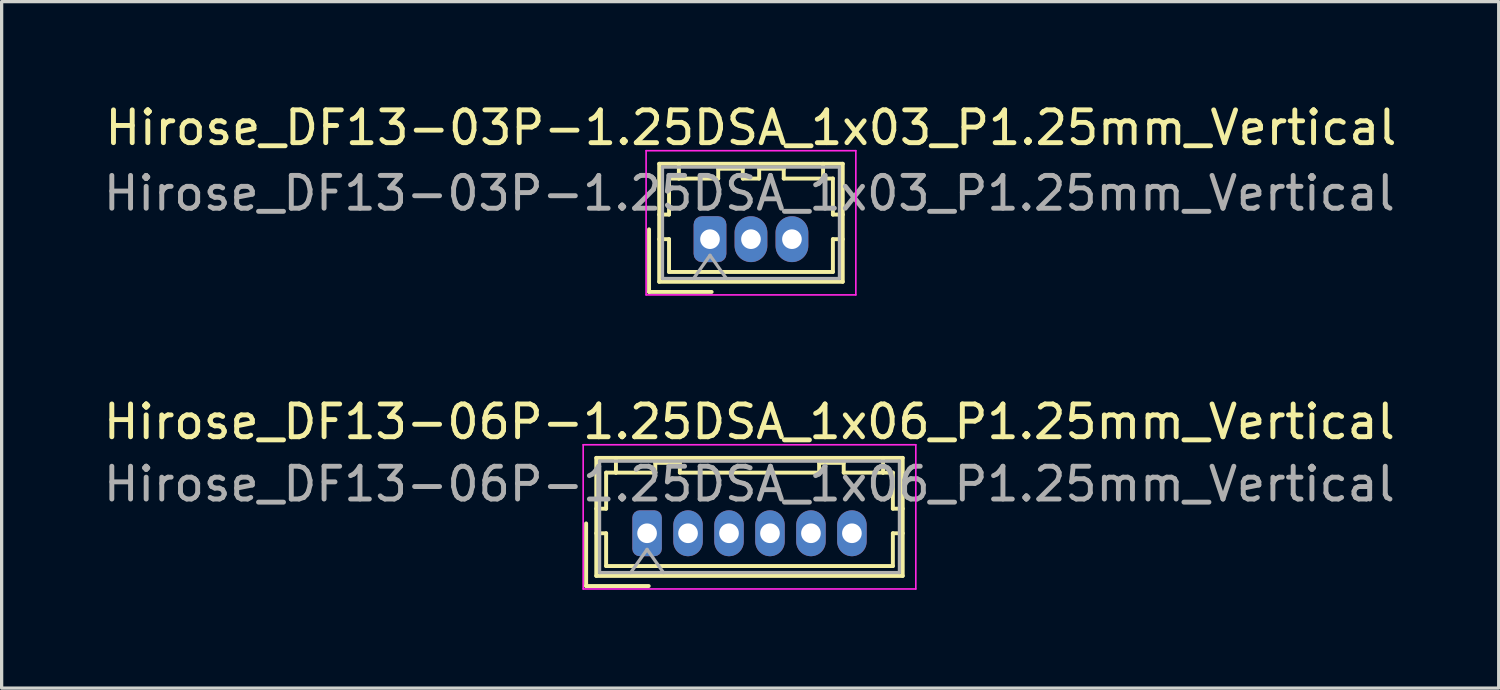
<source format=kicad_pcb>
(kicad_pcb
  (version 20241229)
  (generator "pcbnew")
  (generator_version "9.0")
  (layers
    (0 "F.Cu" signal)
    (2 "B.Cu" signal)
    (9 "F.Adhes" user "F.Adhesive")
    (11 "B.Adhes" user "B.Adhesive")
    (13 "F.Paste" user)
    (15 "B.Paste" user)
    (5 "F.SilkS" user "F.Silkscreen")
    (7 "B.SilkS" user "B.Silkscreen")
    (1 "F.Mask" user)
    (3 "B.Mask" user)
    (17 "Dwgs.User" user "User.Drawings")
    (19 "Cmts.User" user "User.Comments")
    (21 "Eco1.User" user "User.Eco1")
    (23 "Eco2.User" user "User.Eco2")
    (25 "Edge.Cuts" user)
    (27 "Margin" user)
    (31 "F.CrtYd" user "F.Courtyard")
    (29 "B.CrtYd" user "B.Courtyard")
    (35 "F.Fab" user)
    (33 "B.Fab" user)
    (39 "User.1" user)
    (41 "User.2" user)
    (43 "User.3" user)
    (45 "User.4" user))
  (footprint "Hirose_DF13-06P-1.25DSA_1x06_P1.25mm_Vertical"
    (layer "F.Cu")
    (at 16.695 13.222)
    (property "Reference" "Hirose_DF13-06P-1.25DSA_1x06_P1.25mm_Vertical" (at 3.12 -3.4 0) (layer "F.SilkS") (effects (font (size 1 1) (thickness 0.15))))
    (attr through_hole)
    (fp_line (start -1.86 -0.3) (end -1.86 1.61) (stroke (width 0.12) (type solid)) (layer "F.SilkS"))
    (fp_line (start -1.86 1.61) (end 0.05 1.61) (stroke (width 0.12) (type solid)) (layer "F.SilkS"))
    (fp_line (start -1.55 -2.3) (end -1.55 1.3) (stroke (width 0.12) (type solid)) (layer "F.SilkS"))
    (fp_line (start -1.55 -0.75) (end -1.25 -0.75) (stroke (width 0.12) (type solid)) (layer "F.SilkS"))
    (fp_line (start -1.55 0) (end -1.25 0) (stroke (width 0.12) (type solid)) (layer "F.SilkS"))
    (fp_line (start -1.55 1.3) (end 7.8 1.3) (stroke (width 0.12) (type solid)) (layer "F.SilkS"))
    (fp_line (start -1.25 -1.85) (end -0.95 -1.85) (stroke (width 0.12) (type solid)) (layer "F.SilkS"))
    (fp_line (start -1.25 -0.75) (end -1.25 -1.85) (stroke (width 0.12) (type solid)) (layer "F.SilkS"))
    (fp_line (start -1.25 0) (end -1.25 1) (stroke (width 0.12) (type solid)) (layer "F.SilkS"))
    (fp_line (start -1.25 1) (end 7.5 1) (stroke (width 0.12) (type solid)) (layer "F.SilkS"))
    (fp_line (start -0.95 -1.85) (end -0.95 -2.3) (stroke (width 0.12) (type solid)) (layer "F.SilkS"))
    (fp_line (start -0.95 -1.85) (end 0.25 -1.85) (stroke (width 0.12) (type solid)) (layer "F.SilkS"))
    (fp_line (start 0.25 -2.15) (end 1 -2.15) (stroke (width 0.12) (type solid)) (layer "F.SilkS"))
    (fp_line (start 0.25 -1.85) (end 0.25 -2.15) (stroke (width 0.12) (type solid)) (layer "F.SilkS"))
    (fp_line (start 1 -2.15) (end 1 -1.85) (stroke (width 0.12) (type solid)) (layer "F.SilkS"))
    (fp_line (start 1 -1.85) (end 5.25 -1.85) (stroke (width 0.12) (type solid)) (layer "F.SilkS"))
    (fp_line (start 5.25 -2.15) (end 6 -2.15) (stroke (width 0.12) (type solid)) (layer "F.SilkS"))
    (fp_line (start 5.25 -1.85) (end 5.25 -2.15) (stroke (width 0.12) (type solid)) (layer "F.SilkS"))
    (fp_line (start 6 -2.15) (end 6 -1.85) (stroke (width 0.12) (type solid)) (layer "F.SilkS"))
    (fp_line (start 6 -1.85) (end 7.2 -1.85) (stroke (width 0.12) (type solid)) (layer "F.SilkS"))
    (fp_line (start 7.2 -1.85) (end 7.2 -2.3) (stroke (width 0.12) (type solid)) (layer "F.SilkS"))
    (fp_line (start 7.5 -1.85) (end 7.2 -1.85) (stroke (width 0.12) (type solid)) (layer "F.SilkS"))
    (fp_line (start 7.5 -0.75) (end 7.5 -1.85) (stroke (width 0.12) (type solid)) (layer "F.SilkS"))
    (fp_line (start 7.5 0) (end 7.8 0) (stroke (width 0.12) (type solid)) (layer "F.SilkS"))
    (fp_line (start 7.5 1) (end 7.5 0) (stroke (width 0.12) (type solid)) (layer "F.SilkS"))
    (fp_line (start 7.8 -2.3) (end -1.55 -2.3) (stroke (width 0.12) (type solid)) (layer "F.SilkS"))
    (fp_line (start 7.8 -0.75) (end 7.5 -0.75) (stroke (width 0.12) (type solid)) (layer "F.SilkS"))
    (fp_line (start 7.8 1.3) (end 7.8 -2.3) (stroke (width 0.12) (type solid)) (layer "F.SilkS"))
    (fp_line (start -1.95 -2.7) (end -1.95 1.7) (stroke (width 0.05) (type solid)) (layer "F.CrtYd"))
    (fp_line (start -1.95 1.7) (end 8.2 1.7) (stroke (width 0.05) (type solid)) (layer "F.CrtYd"))
    (fp_line (start 8.2 -2.7) (end -1.95 -2.7) (stroke (width 0.05) (type solid)) (layer "F.CrtYd"))
    (fp_line (start 8.2 1.7) (end 8.2 -2.7) (stroke (width 0.05) (type solid)) (layer "F.CrtYd"))
    (fp_line (start -1.45 -2.2) (end -1.45 1.2) (stroke (width 0.1) (type solid)) (layer "F.Fab"))
    (fp_line (start -1.45 1.2) (end 7.7 1.2) (stroke (width 0.1) (type solid)) (layer "F.Fab"))
    (fp_line (start -0.5 1.2) (end 0 0.493) (stroke (width 0.1) (type solid)) (layer "F.Fab"))
    (fp_line (start 0 0.493) (end 0.5 1.2) (stroke (width 0.1) (type solid)) (layer "F.Fab"))
    (fp_line (start 7.7 -2.2) (end -1.45 -2.2) (stroke (width 0.1) (type solid)) (layer "F.Fab"))
    (fp_line (start 7.7 1.2) (end 7.7 -2.2) (stroke (width 0.1) (type solid)) (layer "F.Fab"))
    (fp_text user "${REFERENCE}" (at 3.12 -1.5 0) (layer "F.Fab") (effects (font (size 1 1) (thickness 0.15))))
    (pad "1" thru_hole roundrect (at 0 0) (size 0.9 1.4) (drill 0.6) (layers "*.Cu" "*.Mask") (roundrect_rratio 0.25))
    (pad "2" thru_hole oval (at 1.25 0) (size 0.9 1.4) (drill 0.6) (layers "*.Cu" "*.Mask"))
    (pad "3" thru_hole oval (at 2.5 0) (size 0.9 1.4) (drill 0.6) (layers "*.Cu" "*.Mask"))
    (pad "4" thru_hole oval (at 3.75 0) (size 0.9 1.4) (drill 0.6) (layers "*.Cu" "*.Mask"))
    (pad "5" thru_hole oval (at 5 0) (size 0.9 1.4) (drill 0.6) (layers "*.Cu" "*.Mask"))
    (pad "6" thru_hole oval (at 6.25 0) (size 0.9 1.4) (drill 0.6) (layers "*.Cu" "*.Mask")))
  (footprint "Hirose_DF13-03P-1.25DSA_1x03_P1.25mm_Vertical"
    (layer "F.Cu")
    (at 18.615 4.248)
    (property "Reference" "Hirose_DF13-03P-1.25DSA_1x03_P1.25mm_Vertical" (at 1.25 -3.4 0) (layer "F.SilkS") (effects (font (size 1 1) (thickness 0.15))))
    (attr through_hole)
    (fp_line (start -1.86 -0.3) (end -1.86 1.61) (stroke (width 0.12) (type solid)) (layer "F.SilkS"))
    (fp_line (start -1.86 1.61) (end 0.05 1.61) (stroke (width 0.12) (type solid)) (layer "F.SilkS"))
    (fp_line (start -1.55 -2.3) (end -1.55 1.3) (stroke (width 0.12) (type solid)) (layer "F.SilkS"))
    (fp_line (start -1.55 -0.75) (end -1.25 -0.75) (stroke (width 0.12) (type solid)) (layer "F.SilkS"))
    (fp_line (start -1.55 0) (end -1.25 0) (stroke (width 0.12) (type solid)) (layer "F.SilkS"))
    (fp_line (start -1.55 1.3) (end 4.05 1.3) (stroke (width 0.12) (type solid)) (layer "F.SilkS"))
    (fp_line (start -1.25 -1.85) (end -0.95 -1.85) (stroke (width 0.12) (type solid)) (layer "F.SilkS"))
    (fp_line (start -1.25 -0.75) (end -1.25 -1.85) (stroke (width 0.12) (type solid)) (layer "F.SilkS"))
    (fp_line (start -1.25 0) (end -1.25 1) (stroke (width 0.12) (type solid)) (layer "F.SilkS"))
    (fp_line (start -1.25 1) (end 3.75 1) (stroke (width 0.12) (type solid)) (layer "F.SilkS"))
    (fp_line (start -0.95 -1.85) (end -0.95 -2.3) (stroke (width 0.12) (type solid)) (layer "F.SilkS"))
    (fp_line (start -0.95 -1.85) (end 0.25 -1.85) (stroke (width 0.12) (type solid)) (layer "F.SilkS"))
    (fp_line (start 0.25 -2.15) (end 1 -2.15) (stroke (width 0.12) (type solid)) (layer "F.SilkS"))
    (fp_line (start 0.25 -1.85) (end 0.25 -2.15) (stroke (width 0.12) (type solid)) (layer "F.SilkS"))
    (fp_line (start 1 -2.15) (end 1 -1.85) (stroke (width 0.12) (type solid)) (layer "F.SilkS"))
    (fp_line (start 1 -1.85) (end 1.5 -1.85) (stroke (width 0.12) (type solid)) (layer "F.SilkS"))
    (fp_line (start 1.5 -2.15) (end 2.25 -2.15) (stroke (width 0.12) (type solid)) (layer "F.SilkS"))
    (fp_line (start 1.5 -1.85) (end 1.5 -2.15) (stroke (width 0.12) (type solid)) (layer "F.SilkS"))
    (fp_line (start 2.25 -2.15) (end 2.25 -1.85) (stroke (width 0.12) (type solid)) (layer "F.SilkS"))
    (fp_line (start 2.25 -1.85) (end 3.45 -1.85) (stroke (width 0.12) (type solid)) (layer "F.SilkS"))
    (fp_line (start 3.45 -1.85) (end 3.45 -2.3) (stroke (width 0.12) (type solid)) (layer "F.SilkS"))
    (fp_line (start 3.75 -1.85) (end 3.45 -1.85) (stroke (width 0.12) (type solid)) (layer "F.SilkS"))
    (fp_line (start 3.75 -0.75) (end 3.75 -1.85) (stroke (width 0.12) (type solid)) (layer "F.SilkS"))
    (fp_line (start 3.75 0) (end 4.05 0) (stroke (width 0.12) (type solid)) (layer "F.SilkS"))
    (fp_line (start 3.75 1) (end 3.75 0) (stroke (width 0.12) (type solid)) (layer "F.SilkS"))
    (fp_line (start 4.05 -2.3) (end -1.55 -2.3) (stroke (width 0.12) (type solid)) (layer "F.SilkS"))
    (fp_line (start 4.05 -0.75) (end 3.75 -0.75) (stroke (width 0.12) (type solid)) (layer "F.SilkS"))
    (fp_line (start 4.05 1.3) (end 4.05 -2.3) (stroke (width 0.12) (type solid)) (layer "F.SilkS"))
    (fp_line (start -1.95 -2.7) (end -1.95 1.7) (stroke (width 0.05) (type solid)) (layer "F.CrtYd"))
    (fp_line (start -1.95 1.7) (end 4.45 1.7) (stroke (width 0.05) (type solid)) (layer "F.CrtYd"))
    (fp_line (start 4.45 -2.7) (end -1.95 -2.7) (stroke (width 0.05) (type solid)) (layer "F.CrtYd"))
    (fp_line (start 4.45 1.7) (end 4.45 -2.7) (stroke (width 0.05) (type solid)) (layer "F.CrtYd"))
    (fp_line (start -1.45 -2.2) (end -1.45 1.2) (stroke (width 0.1) (type solid)) (layer "F.Fab"))
    (fp_line (start -1.45 1.2) (end 3.95 1.2) (stroke (width 0.1) (type solid)) (layer "F.Fab"))
    (fp_line (start -0.5 1.2) (end 0 0.493) (stroke (width 0.1) (type solid)) (layer "F.Fab"))
    (fp_line (start 0 0.493) (end 0.5 1.2) (stroke (width 0.1) (type solid)) (layer "F.Fab"))
    (fp_line (start 3.95 -2.2) (end -1.45 -2.2) (stroke (width 0.1) (type solid)) (layer "F.Fab"))
    (fp_line (start 3.95 1.2) (end 3.95 -2.2) (stroke (width 0.1) (type solid)) (layer "F.Fab"))
    (fp_text user "${REFERENCE}" (at 1.2 -1.4 0) (layer "F.Fab") (effects (font (size 1 1) (thickness 0.15))))
    (pad "1" thru_hole roundrect (at 0 0) (size 1 1.4) (drill 0.6) (layers "*.Cu" "*.Mask") (roundrect_rratio 0.25))
    (pad "2" thru_hole oval (at 1.25 0) (size 1 1.4) (drill 0.6) (layers "*.Cu" "*.Mask"))
    (pad "3" thru_hole oval (at 2.5 0) (size 1 1.4) (drill 0.6) (layers "*.Cu" "*.Mask")))
  (gr_rect
    (start -3 -3)
    (end 42.681 17.947)
    (stroke (width 0.1) (type default))
    (fill no)
    (layer "Edge.Cuts")))
</source>
